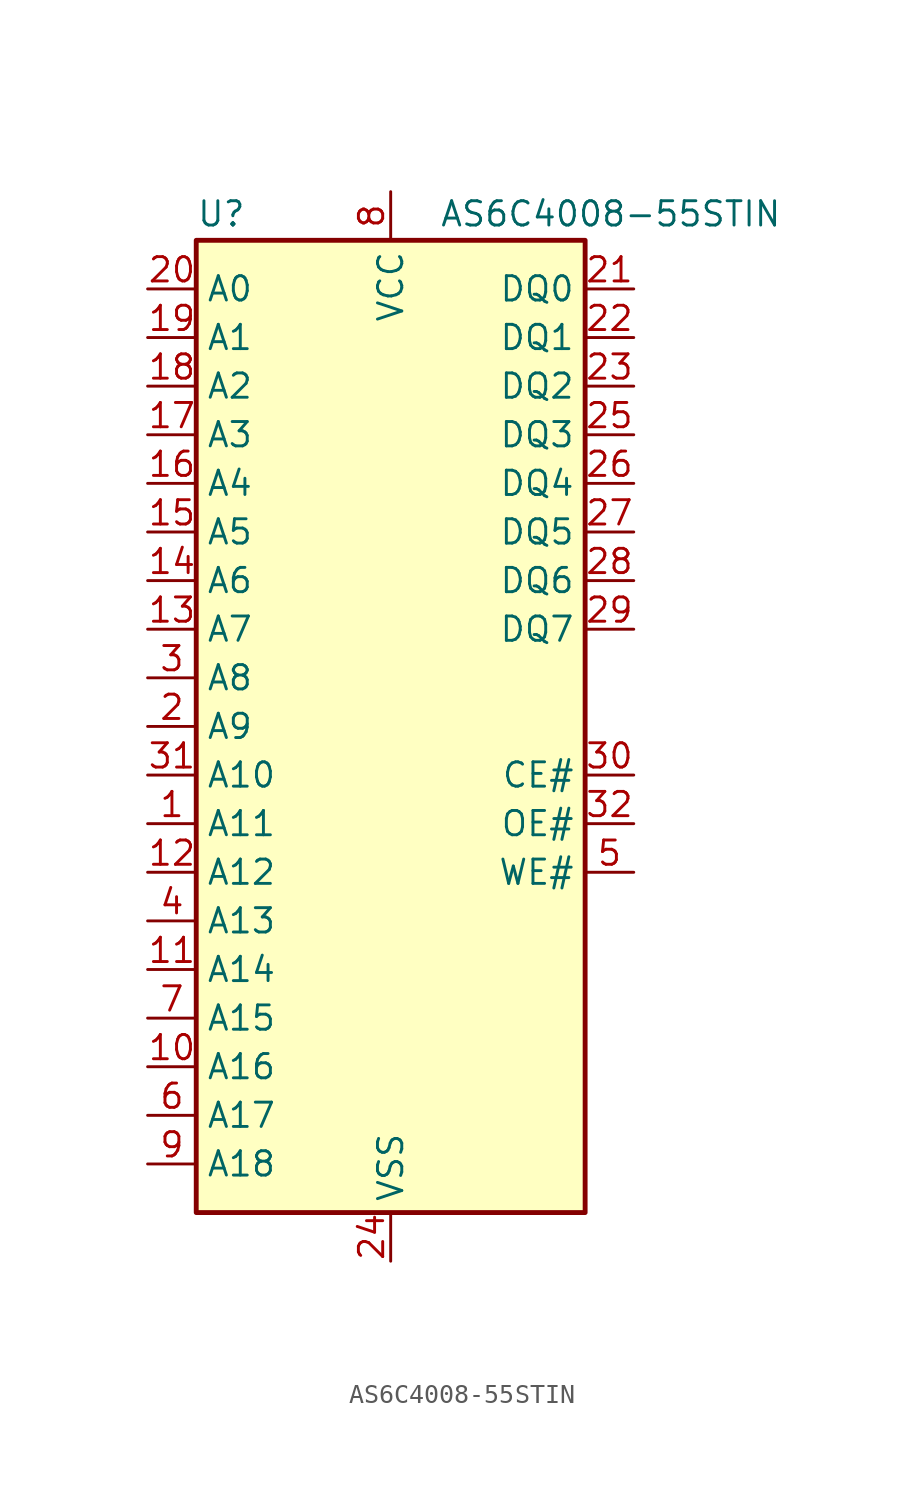
<source format=kicad_sym>
(kicad_symbol_lib
  (version 20220914)
  (generator kicad_symbol_editor)
  (symbol "AS6C4008-55STIN"
    (property "Reference" "U"
      (at -10.16 26.035 0)
      (effects (font (size 1.27 1.27)) (justify left bottom)))
    (property "Value" "AS6C4008-55STIN"
      (at 2.54 26.035 0)
      (effects (font (size 1.27 1.27)) (justify left bottom)))
    (symbol "AS6C4008-55STIN_0_0"
      (pin power_in line (at 0 -27.94 90) (length 2.54) (name "VSS" (effects (font (size 1.27 1.27)))) (number "24" (effects (font (size 1.27 1.27)))))
      (pin power_in line (at 0 27.94 270) (length 2.54) (name "VCC" (effects (font (size 1.27 1.27)))) (number "8" (effects (font (size 1.27 1.27))))))
    (symbol "AS6C4008-55STIN_0_1"
      (rectangle (start -10.16 25.4) (end 10.16 -25.4) (stroke (width 0.254) (type default)) (fill (type background))))
    (symbol "AS6C4008-55STIN_1_1"
      (pin input line (at -12.7 -5.08 0) (length 2.54) (name "A11" (effects (font (size 1.27 1.27)))) (number "1" (effects (font (size 1.27 1.27)))))
      (pin input line (at -12.7 -17.78 0) (length 2.54) (name "A16" (effects (font (size 1.27 1.27)))) (number "10" (effects (font (size 1.27 1.27)))))
      (pin input line (at -12.7 -12.7 0) (length 2.54) (name "A14" (effects (font (size 1.27 1.27)))) (number "11" (effects (font (size 1.27 1.27)))))
      (pin input line (at -12.7 -7.62 0) (length 2.54) (name "A12" (effects (font (size 1.27 1.27)))) (number "12" (effects (font (size 1.27 1.27)))))
      (pin input line (at -12.7 5.08 0) (length 2.54) (name "A7" (effects (font (size 1.27 1.27)))) (number "13" (effects (font (size 1.27 1.27)))))
      (pin input line (at -12.7 7.62 0) (length 2.54) (name "A6" (effects (font (size 1.27 1.27)))) (number "14" (effects (font (size 1.27 1.27)))))
      (pin input line (at -12.7 10.16 0) (length 2.54) (name "A5" (effects (font (size 1.27 1.27)))) (number "15" (effects (font (size 1.27 1.27)))))
      (pin input line (at -12.7 12.7 0) (length 2.54) (name "A4" (effects (font (size 1.27 1.27)))) (number "16" (effects (font (size 1.27 1.27)))))
      (pin input line (at -12.7 15.24 0) (length 2.54) (name "A3" (effects (font (size 1.27 1.27)))) (number "17" (effects (font (size 1.27 1.27)))))
      (pin input line (at -12.7 17.78 0) (length 2.54) (name "A2" (effects (font (size 1.27 1.27)))) (number "18" (effects (font (size 1.27 1.27)))))
      (pin input line (at -12.7 20.32 0) (length 2.54) (name "A1" (effects (font (size 1.27 1.27)))) (number "19" (effects (font (size 1.27 1.27)))))
      (pin input line (at -12.7 0 0) (length 2.54) (name "A9" (effects (font (size 1.27 1.27)))) (number "2" (effects (font (size 1.27 1.27)))))
      (pin input line (at -12.7 22.86 0) (length 2.54) (name "A0" (effects (font (size 1.27 1.27)))) (number "20" (effects (font (size 1.27 1.27)))))
      (pin tri_state line (at 12.7 22.86 180) (length 2.54) (name "DQ0" (effects (font (size 1.27 1.27)))) (number "21" (effects (font (size 1.27 1.27)))))
      (pin tri_state line (at 12.7 20.32 180) (length 2.54) (name "DQ1" (effects (font (size 1.27 1.27)))) (number "22" (effects (font (size 1.27 1.27)))))
      (pin tri_state line (at 12.7 17.78 180) (length 2.54) (name "DQ2" (effects (font (size 1.27 1.27)))) (number "23" (effects (font (size 1.27 1.27)))))
      (pin tri_state line (at 12.7 15.24 180) (length 2.54) (name "DQ3" (effects (font (size 1.27 1.27)))) (number "25" (effects (font (size 1.27 1.27)))))
      (pin tri_state line (at 12.7 12.7 180) (length 2.54) (name "DQ4" (effects (font (size 1.27 1.27)))) (number "26" (effects (font (size 1.27 1.27)))))
      (pin tri_state line (at 12.7 10.16 180) (length 2.54) (name "DQ5" (effects (font (size 1.27 1.27)))) (number "27" (effects (font (size 1.27 1.27)))))
      (pin tri_state line (at 12.7 7.62 180) (length 2.54) (name "DQ6" (effects (font (size 1.27 1.27)))) (number "28" (effects (font (size 1.27 1.27)))))
      (pin tri_state line (at 12.7 5.08 180) (length 2.54) (name "DQ7" (effects (font (size 1.27 1.27)))) (number "29" (effects (font (size 1.27 1.27)))))
      (pin input line (at -12.7 2.54 0) (length 2.54) (name "A8" (effects (font (size 1.27 1.27)))) (number "3" (effects (font (size 1.27 1.27)))))
      (pin input line (at 12.7 -2.54 180) (length 2.54) (name "CE#" (effects (font (size 1.27 1.27)))) (number "30" (effects (font (size 1.27 1.27)))))
      (pin input line (at -12.7 -2.54 0) (length 2.54) (name "A10" (effects (font (size 1.27 1.27)))) (number "31" (effects (font (size 1.27 1.27)))))
      (pin input line (at 12.7 -5.08 180) (length 2.54) (name "OE#" (effects (font (size 1.27 1.27)))) (number "32" (effects (font (size 1.27 1.27)))))
      (pin input line (at -12.7 -10.16 0) (length 2.54) (name "A13" (effects (font (size 1.27 1.27)))) (number "4" (effects (font (size 1.27 1.27)))))
      (pin input line (at 12.7 -7.62 180) (length 2.54) (name "WE#" (effects (font (size 1.27 1.27)))) (number "5" (effects (font (size 1.27 1.27)))))
      (pin input line (at -12.7 -20.32 0) (length 2.54) (name "A17" (effects (font (size 1.27 1.27)))) (number "6" (effects (font (size 1.27 1.27)))))
      (pin input line (at -12.7 -15.24 0) (length 2.54) (name "A15" (effects (font (size 1.27 1.27)))) (number "7" (effects (font (size 1.27 1.27)))))
      (pin input line (at -12.7 -22.86 0) (length 2.54) (name "A18" (effects (font (size 1.27 1.27)))) (number "9" (effects (font (size 1.27 1.27))))))))
</source>
